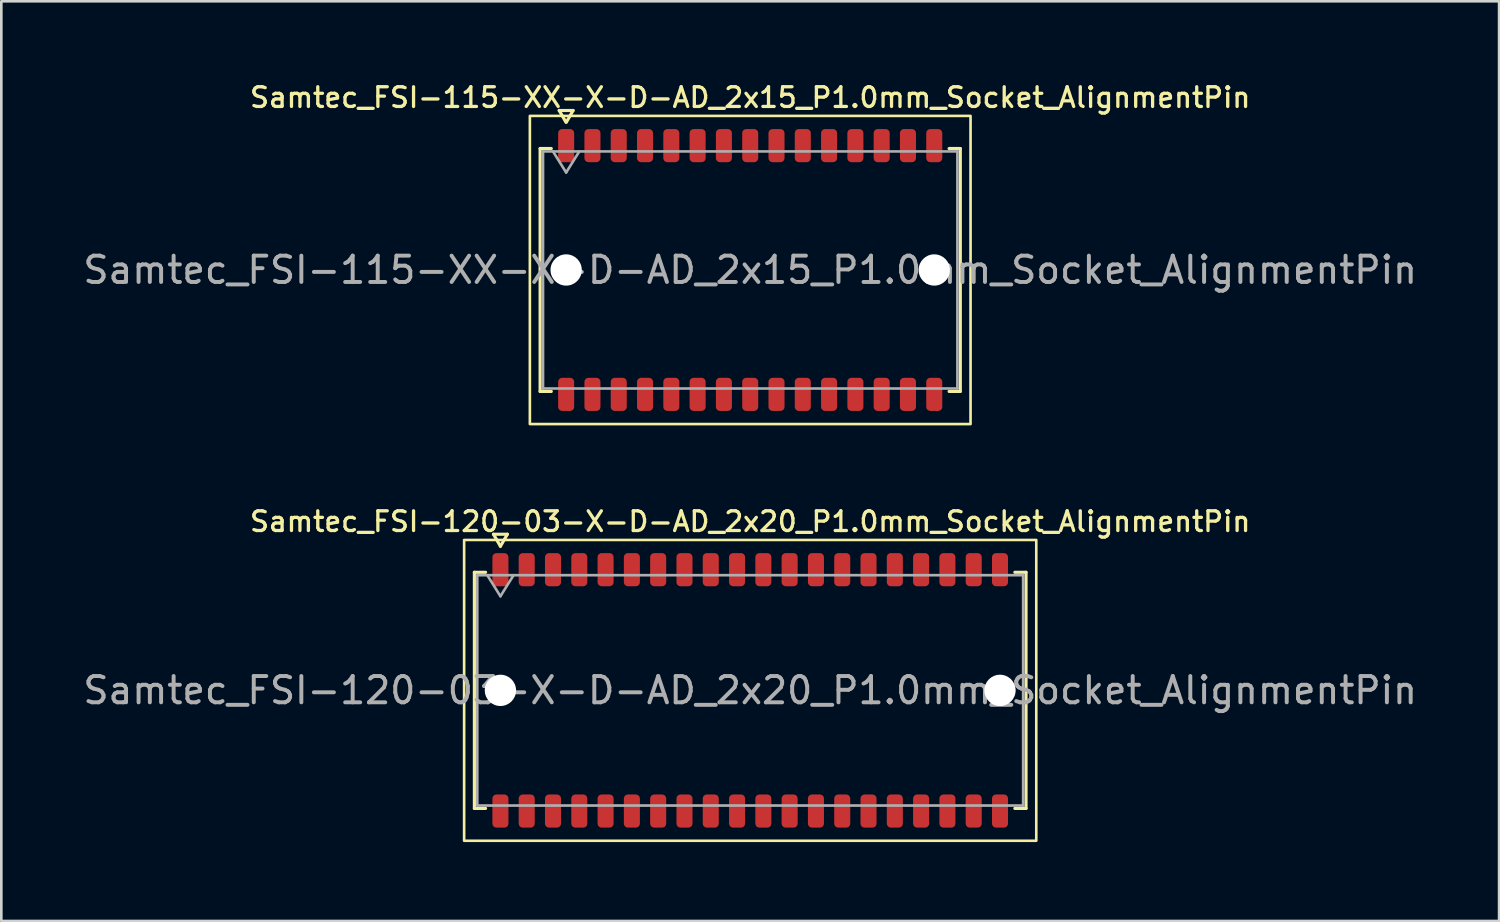
<source format=kicad_pcb>
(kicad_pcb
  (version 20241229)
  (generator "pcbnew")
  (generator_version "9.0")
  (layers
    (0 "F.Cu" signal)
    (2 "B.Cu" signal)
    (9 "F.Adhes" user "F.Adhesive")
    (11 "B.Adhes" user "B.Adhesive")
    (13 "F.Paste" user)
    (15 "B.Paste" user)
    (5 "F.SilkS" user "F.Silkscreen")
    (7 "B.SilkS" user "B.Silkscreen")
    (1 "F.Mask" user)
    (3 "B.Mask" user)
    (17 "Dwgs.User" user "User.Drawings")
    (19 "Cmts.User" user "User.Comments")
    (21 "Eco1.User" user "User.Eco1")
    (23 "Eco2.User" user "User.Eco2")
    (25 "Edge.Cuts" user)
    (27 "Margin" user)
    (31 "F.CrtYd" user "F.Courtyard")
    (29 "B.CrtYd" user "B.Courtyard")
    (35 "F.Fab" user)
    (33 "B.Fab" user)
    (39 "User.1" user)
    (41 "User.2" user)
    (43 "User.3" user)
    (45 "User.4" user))
  (footprint "Samtec_FSI-115-XX-X-D-AD_2x15_P1.0mm_Socket_AlignmentPin"
    (layer "F.Cu")
    (at 25.482 7.218)
    (property "Reference" "Samtec_FSI-115-XX-X-D-AD_2x15_P1.0mm_Socket_AlignmentPin" (at 0 -6.56 0) (layer "F.SilkS") (effects (font (size 0.75 0.75) (thickness 0.125))))
    (attr smd)
    (fp_line (start -7.99 -4.619) (end -7.565 -4.619) (stroke (width 0.12) (type solid)) (layer "F.SilkS"))
    (fp_line (start -7.99 4.619) (end -7.99 -4.619) (stroke (width 0.12) (type solid)) (layer "F.SilkS"))
    (fp_line (start -7.565 4.619) (end -7.99 4.619) (stroke (width 0.12) (type solid)) (layer "F.SilkS"))
    (fp_line (start -7.264 -6.066) (end -7.007 -5.62) (stroke (width 0.12) (type solid)) (layer "F.SilkS"))
    (fp_line (start -6.993 -5.62) (end -6.736 -6.066) (stroke (width 0.12) (type solid)) (layer "F.SilkS"))
    (fp_line (start -6.736 -6.066) (end -7.264 -6.066) (stroke (width 0.12) (type solid)) (layer "F.SilkS"))
    (fp_line (start 7.565 -4.619) (end 7.99 -4.619) (stroke (width 0.12) (type solid)) (layer "F.SilkS"))
    (fp_line (start 7.99 -4.619) (end 7.99 4.619) (stroke (width 0.12) (type solid)) (layer "F.SilkS"))
    (fp_line (start 7.99 4.619) (end 7.565 4.619) (stroke (width 0.12) (type solid)) (layer "F.SilkS"))
    (fp_rect (start -8.38 -5.86) (end 8.38 5.86) (stroke (width 0.1) (type solid)) (fill no) (layer "F.SilkS"))
    (fp_line (start -7.88 -4.508) (end 7.88 -4.508) (stroke (width 0.1) (type solid)) (layer "F.Fab"))
    (fp_line (start -7.88 4.508) (end -7.88 -4.508) (stroke (width 0.1) (type solid)) (layer "F.Fab"))
    (fp_line (start -7.5 -4.508) (end -7 -3.708) (stroke (width 0.1) (type solid)) (layer "F.Fab"))
    (fp_line (start -7 -3.708) (end -6.5 -4.508) (stroke (width 0.1) (type solid)) (layer "F.Fab"))
    (fp_line (start 7.88 -4.508) (end 7.88 4.508) (stroke (width 0.1) (type solid)) (layer "F.Fab"))
    (fp_line (start 7.88 4.508) (end -7.88 4.508) (stroke (width 0.1) (type solid)) (layer "F.Fab"))
    (fp_text user "${REFERENCE}" (at 0 0 0) (layer "F.Fab") (effects (font (size 1 1) (thickness 0.15))))
    (pad "" np_thru_hole circle (at -7 0) (size 1.19 1.19) (drill 1.19) (layers "*.Cu" "*.Mask"))
    (pad "" np_thru_hole circle (at 7 0) (size 1.19 1.19) (drill 1.19) (layers "*.Cu" "*.Mask"))
    (pad "1" smd roundrect (at -7 -4.73) (size 0.61 1.26) (layers "F.Cu" "F.Mask" "F.Paste") (roundrect_rratio 0.25))
    (pad "2" smd roundrect (at -7 4.73) (size 0.61 1.26) (layers "F.Cu" "F.Mask" "F.Paste") (roundrect_rratio 0.25))
    (pad "3" smd roundrect (at -6 -4.73) (size 0.61 1.26) (layers "F.Cu" "F.Mask" "F.Paste") (roundrect_rratio 0.25))
    (pad "4" smd roundrect (at -6 4.73) (size 0.61 1.26) (layers "F.Cu" "F.Mask" "F.Paste") (roundrect_rratio 0.25))
    (pad "5" smd roundrect (at -5 -4.73) (size 0.61 1.26) (layers "F.Cu" "F.Mask" "F.Paste") (roundrect_rratio 0.25))
    (pad "6" smd roundrect (at -5 4.73) (size 0.61 1.26) (layers "F.Cu" "F.Mask" "F.Paste") (roundrect_rratio 0.25))
    (pad "7" smd roundrect (at -4 -4.73) (size 0.61 1.26) (layers "F.Cu" "F.Mask" "F.Paste") (roundrect_rratio 0.25))
    (pad "8" smd roundrect (at -4 4.73) (size 0.61 1.26) (layers "F.Cu" "F.Mask" "F.Paste") (roundrect_rratio 0.25))
    (pad "9" smd roundrect (at -3 -4.73) (size 0.61 1.26) (layers "F.Cu" "F.Mask" "F.Paste") (roundrect_rratio 0.25))
    (pad "10" smd roundrect (at -3 4.73) (size 0.61 1.26) (layers "F.Cu" "F.Mask" "F.Paste") (roundrect_rratio 0.25))
    (pad "11" smd roundrect (at -2 -4.73) (size 0.61 1.26) (layers "F.Cu" "F.Mask" "F.Paste") (roundrect_rratio 0.25))
    (pad "12" smd roundrect (at -2 4.73) (size 0.61 1.26) (layers "F.Cu" "F.Mask" "F.Paste") (roundrect_rratio 0.25))
    (pad "13" smd roundrect (at -1 -4.73) (size 0.61 1.26) (layers "F.Cu" "F.Mask" "F.Paste") (roundrect_rratio 0.25))
    (pad "14" smd roundrect (at -1 4.73) (size 0.61 1.26) (layers "F.Cu" "F.Mask" "F.Paste") (roundrect_rratio 0.25))
    (pad "15" smd roundrect (at 0 -4.73) (size 0.61 1.26) (layers "F.Cu" "F.Mask" "F.Paste") (roundrect_rratio 0.25))
    (pad "16" smd roundrect (at 0 4.73) (size 0.61 1.26) (layers "F.Cu" "F.Mask" "F.Paste") (roundrect_rratio 0.25))
    (pad "17" smd roundrect (at 1 -4.73) (size 0.61 1.26) (layers "F.Cu" "F.Mask" "F.Paste") (roundrect_rratio 0.25))
    (pad "18" smd roundrect (at 1 4.73) (size 0.61 1.26) (layers "F.Cu" "F.Mask" "F.Paste") (roundrect_rratio 0.25))
    (pad "19" smd roundrect (at 2 -4.73) (size 0.61 1.26) (layers "F.Cu" "F.Mask" "F.Paste") (roundrect_rratio 0.25))
    (pad "20" smd roundrect (at 2 4.73) (size 0.61 1.26) (layers "F.Cu" "F.Mask" "F.Paste") (roundrect_rratio 0.25))
    (pad "21" smd roundrect (at 3 -4.73) (size 0.61 1.26) (layers "F.Cu" "F.Mask" "F.Paste") (roundrect_rratio 0.25))
    (pad "22" smd roundrect (at 3 4.73) (size 0.61 1.26) (layers "F.Cu" "F.Mask" "F.Paste") (roundrect_rratio 0.25))
    (pad "23" smd roundrect (at 4 -4.73) (size 0.61 1.26) (layers "F.Cu" "F.Mask" "F.Paste") (roundrect_rratio 0.25))
    (pad "24" smd roundrect (at 4 4.73) (size 0.61 1.26) (layers "F.Cu" "F.Mask" "F.Paste") (roundrect_rratio 0.25))
    (pad "25" smd roundrect (at 5 -4.73) (size 0.61 1.26) (layers "F.Cu" "F.Mask" "F.Paste") (roundrect_rratio 0.25))
    (pad "26" smd roundrect (at 5 4.73) (size 0.61 1.26) (layers "F.Cu" "F.Mask" "F.Paste") (roundrect_rratio 0.25))
    (pad "27" smd roundrect (at 6 -4.73) (size 0.61 1.26) (layers "F.Cu" "F.Mask" "F.Paste") (roundrect_rratio 0.25))
    (pad "28" smd roundrect (at 6 4.73) (size 0.61 1.26) (layers "F.Cu" "F.Mask" "F.Paste") (roundrect_rratio 0.25))
    (pad "29" smd roundrect (at 7 -4.73) (size 0.61 1.26) (layers "F.Cu" "F.Mask" "F.Paste") (roundrect_rratio 0.25))
    (pad "30" smd roundrect (at 7 4.73) (size 0.61 1.26) (layers "F.Cu" "F.Mask" "F.Paste") (roundrect_rratio 0.25)))
  (footprint "Samtec_FSI-120-03-X-D-AD_2x20_P1.0mm_Socket_AlignmentPin"
    (layer "F.Cu")
    (at 25.482 23.206)
    (property "Reference" "Samtec_FSI-120-03-X-D-AD_2x20_P1.0mm_Socket_AlignmentPin" (at 0 -6.42 0) (layer "F.SilkS") (effects (font (size 0.75 0.75) (thickness 0.125))))
    (attr smd)
    (fp_line (start -10.49 -4.49) (end -10.065 -4.49) (stroke (width 0.12) (type solid)) (layer "F.SilkS"))
    (fp_line (start -10.49 4.49) (end -10.49 -4.49) (stroke (width 0.12) (type solid)) (layer "F.SilkS"))
    (fp_line (start -10.065 4.49) (end -10.49 4.49) (stroke (width 0.12) (type solid)) (layer "F.SilkS"))
    (fp_line (start -9.764 -5.938) (end -9.5 -5.48) (stroke (width 0.12) (type solid)) (layer "F.SilkS"))
    (fp_line (start -9.5 -5.48) (end -9.236 -5.938) (stroke (width 0.12) (type solid)) (layer "F.SilkS"))
    (fp_line (start -9.236 -5.938) (end -9.764 -5.938) (stroke (width 0.12) (type solid)) (layer "F.SilkS"))
    (fp_line (start 10.065 -4.49) (end 10.49 -4.49) (stroke (width 0.12) (type solid)) (layer "F.SilkS"))
    (fp_line (start 10.49 -4.49) (end 10.49 4.49) (stroke (width 0.12) (type solid)) (layer "F.SilkS"))
    (fp_line (start 10.49 4.49) (end 10.065 4.49) (stroke (width 0.12) (type solid)) (layer "F.SilkS"))
    (fp_rect (start -10.88 -5.72) (end 10.88 5.72) (stroke (width 0.1) (type solid)) (fill no) (layer "F.SilkS"))
    (fp_line (start -10.38 -4.38) (end 10.38 -4.38) (stroke (width 0.1) (type solid)) (layer "F.Fab"))
    (fp_line (start -10.38 4.38) (end -10.38 -4.38) (stroke (width 0.1) (type solid)) (layer "F.Fab"))
    (fp_line (start -10 -4.38) (end -9.5 -3.58) (stroke (width 0.1) (type solid)) (layer "F.Fab"))
    (fp_line (start -9.5 -3.58) (end -9 -4.38) (stroke (width 0.1) (type solid)) (layer "F.Fab"))
    (fp_line (start 10.38 -4.38) (end 10.38 4.38) (stroke (width 0.1) (type solid)) (layer "F.Fab"))
    (fp_line (start 10.38 4.38) (end -10.38 4.38) (stroke (width 0.1) (type solid)) (layer "F.Fab"))
    (fp_text user "${REFERENCE}" (at 0 0 0) (layer "F.Fab") (effects (font (size 1 1) (thickness 0.15))))
    (pad "" np_thru_hole circle (at -9.5 0) (size 1.19 1.19) (drill 1.19) (layers "*.Cu" "*.Mask"))
    (pad "" np_thru_hole circle (at 9.5 0) (size 1.19 1.19) (drill 1.19) (layers "*.Cu" "*.Mask"))
    (pad "1" smd roundrect (at -9.5 -4.59) (size 0.61 1.26) (layers "F.Cu" "F.Mask" "F.Paste") (roundrect_rratio 0.25))
    (pad "2" smd roundrect (at -9.5 4.59) (size 0.61 1.26) (layers "F.Cu" "F.Mask" "F.Paste") (roundrect_rratio 0.25))
    (pad "3" smd roundrect (at -8.5 -4.59) (size 0.61 1.26) (layers "F.Cu" "F.Mask" "F.Paste") (roundrect_rratio 0.25))
    (pad "4" smd roundrect (at -8.5 4.59) (size 0.61 1.26) (layers "F.Cu" "F.Mask" "F.Paste") (roundrect_rratio 0.25))
    (pad "5" smd roundrect (at -7.5 -4.59) (size 0.61 1.26) (layers "F.Cu" "F.Mask" "F.Paste") (roundrect_rratio 0.25))
    (pad "6" smd roundrect (at -7.5 4.59) (size 0.61 1.26) (layers "F.Cu" "F.Mask" "F.Paste") (roundrect_rratio 0.25))
    (pad "7" smd roundrect (at -6.5 -4.59) (size 0.61 1.26) (layers "F.Cu" "F.Mask" "F.Paste") (roundrect_rratio 0.25))
    (pad "8" smd roundrect (at -6.5 4.59) (size 0.61 1.26) (layers "F.Cu" "F.Mask" "F.Paste") (roundrect_rratio 0.25))
    (pad "9" smd roundrect (at -5.5 -4.59) (size 0.61 1.26) (layers "F.Cu" "F.Mask" "F.Paste") (roundrect_rratio 0.25))
    (pad "10" smd roundrect (at -5.5 4.59) (size 0.61 1.26) (layers "F.Cu" "F.Mask" "F.Paste") (roundrect_rratio 0.25))
    (pad "11" smd roundrect (at -4.5 -4.59) (size 0.61 1.26) (layers "F.Cu" "F.Mask" "F.Paste") (roundrect_rratio 0.25))
    (pad "12" smd roundrect (at -4.5 4.59) (size 0.61 1.26) (layers "F.Cu" "F.Mask" "F.Paste") (roundrect_rratio 0.25))
    (pad "13" smd roundrect (at -3.5 -4.59) (size 0.61 1.26) (layers "F.Cu" "F.Mask" "F.Paste") (roundrect_rratio 0.25))
    (pad "14" smd roundrect (at -3.5 4.59) (size 0.61 1.26) (layers "F.Cu" "F.Mask" "F.Paste") (roundrect_rratio 0.25))
    (pad "15" smd roundrect (at -2.5 -4.59) (size 0.61 1.26) (layers "F.Cu" "F.Mask" "F.Paste") (roundrect_rratio 0.25))
    (pad "16" smd roundrect (at -2.5 4.59) (size 0.61 1.26) (layers "F.Cu" "F.Mask" "F.Paste") (roundrect_rratio 0.25))
    (pad "17" smd roundrect (at -1.5 -4.59) (size 0.61 1.26) (layers "F.Cu" "F.Mask" "F.Paste") (roundrect_rratio 0.25))
    (pad "18" smd roundrect (at -1.5 4.59) (size 0.61 1.26) (layers "F.Cu" "F.Mask" "F.Paste") (roundrect_rratio 0.25))
    (pad "19" smd roundrect (at -0.5 -4.59) (size 0.61 1.26) (layers "F.Cu" "F.Mask" "F.Paste") (roundrect_rratio 0.25))
    (pad "20" smd roundrect (at -0.5 4.59) (size 0.61 1.26) (layers "F.Cu" "F.Mask" "F.Paste") (roundrect_rratio 0.25))
    (pad "21" smd roundrect (at 0.5 -4.59) (size 0.61 1.26) (layers "F.Cu" "F.Mask" "F.Paste") (roundrect_rratio 0.25))
    (pad "22" smd roundrect (at 0.5 4.59) (size 0.61 1.26) (layers "F.Cu" "F.Mask" "F.Paste") (roundrect_rratio 0.25))
    (pad "23" smd roundrect (at 1.5 -4.59) (size 0.61 1.26) (layers "F.Cu" "F.Mask" "F.Paste") (roundrect_rratio 0.25))
    (pad "24" smd roundrect (at 1.5 4.59) (size 0.61 1.26) (layers "F.Cu" "F.Mask" "F.Paste") (roundrect_rratio 0.25))
    (pad "25" smd roundrect (at 2.5 -4.59) (size 0.61 1.26) (layers "F.Cu" "F.Mask" "F.Paste") (roundrect_rratio 0.25))
    (pad "26" smd roundrect (at 2.5 4.59) (size 0.61 1.26) (layers "F.Cu" "F.Mask" "F.Paste") (roundrect_rratio 0.25))
    (pad "27" smd roundrect (at 3.5 -4.59) (size 0.61 1.26) (layers "F.Cu" "F.Mask" "F.Paste") (roundrect_rratio 0.25))
    (pad "28" smd roundrect (at 3.5 4.59) (size 0.61 1.26) (layers "F.Cu" "F.Mask" "F.Paste") (roundrect_rratio 0.25))
    (pad "29" smd roundrect (at 4.5 -4.59) (size 0.61 1.26) (layers "F.Cu" "F.Mask" "F.Paste") (roundrect_rratio 0.25))
    (pad "30" smd roundrect (at 4.5 4.59) (size 0.61 1.26) (layers "F.Cu" "F.Mask" "F.Paste") (roundrect_rratio 0.25))
    (pad "31" smd roundrect (at 5.5 -4.59) (size 0.61 1.26) (layers "F.Cu" "F.Mask" "F.Paste") (roundrect_rratio 0.25))
    (pad "32" smd roundrect (at 5.5 4.59) (size 0.61 1.26) (layers "F.Cu" "F.Mask" "F.Paste") (roundrect_rratio 0.25))
    (pad "33" smd roundrect (at 6.5 -4.59) (size 0.61 1.26) (layers "F.Cu" "F.Mask" "F.Paste") (roundrect_rratio 0.25))
    (pad "34" smd roundrect (at 6.5 4.59) (size 0.61 1.26) (layers "F.Cu" "F.Mask" "F.Paste") (roundrect_rratio 0.25))
    (pad "35" smd roundrect (at 7.5 -4.59) (size 0.61 1.26) (layers "F.Cu" "F.Mask" "F.Paste") (roundrect_rratio 0.25))
    (pad "36" smd roundrect (at 7.5 4.59) (size 0.61 1.26) (layers "F.Cu" "F.Mask" "F.Paste") (roundrect_rratio 0.25))
    (pad "37" smd roundrect (at 8.5 -4.59) (size 0.61 1.26) (layers "F.Cu" "F.Mask" "F.Paste") (roundrect_rratio 0.25))
    (pad "38" smd roundrect (at 8.5 4.59) (size 0.61 1.26) (layers "F.Cu" "F.Mask" "F.Paste") (roundrect_rratio 0.25))
    (pad "39" smd roundrect (at 9.5 -4.59) (size 0.61 1.26) (layers "F.Cu" "F.Mask" "F.Paste") (roundrect_rratio 0.25))
    (pad "40" smd roundrect (at 9.5 4.59) (size 0.61 1.26) (layers "F.Cu" "F.Mask" "F.Paste") (roundrect_rratio 0.25)))
  (gr_rect
    (start -3 -3)
    (end 53.964 31.976)
    (stroke (width 0.1) (type default))
    (fill no)
    (layer "Edge.Cuts")))
</source>
